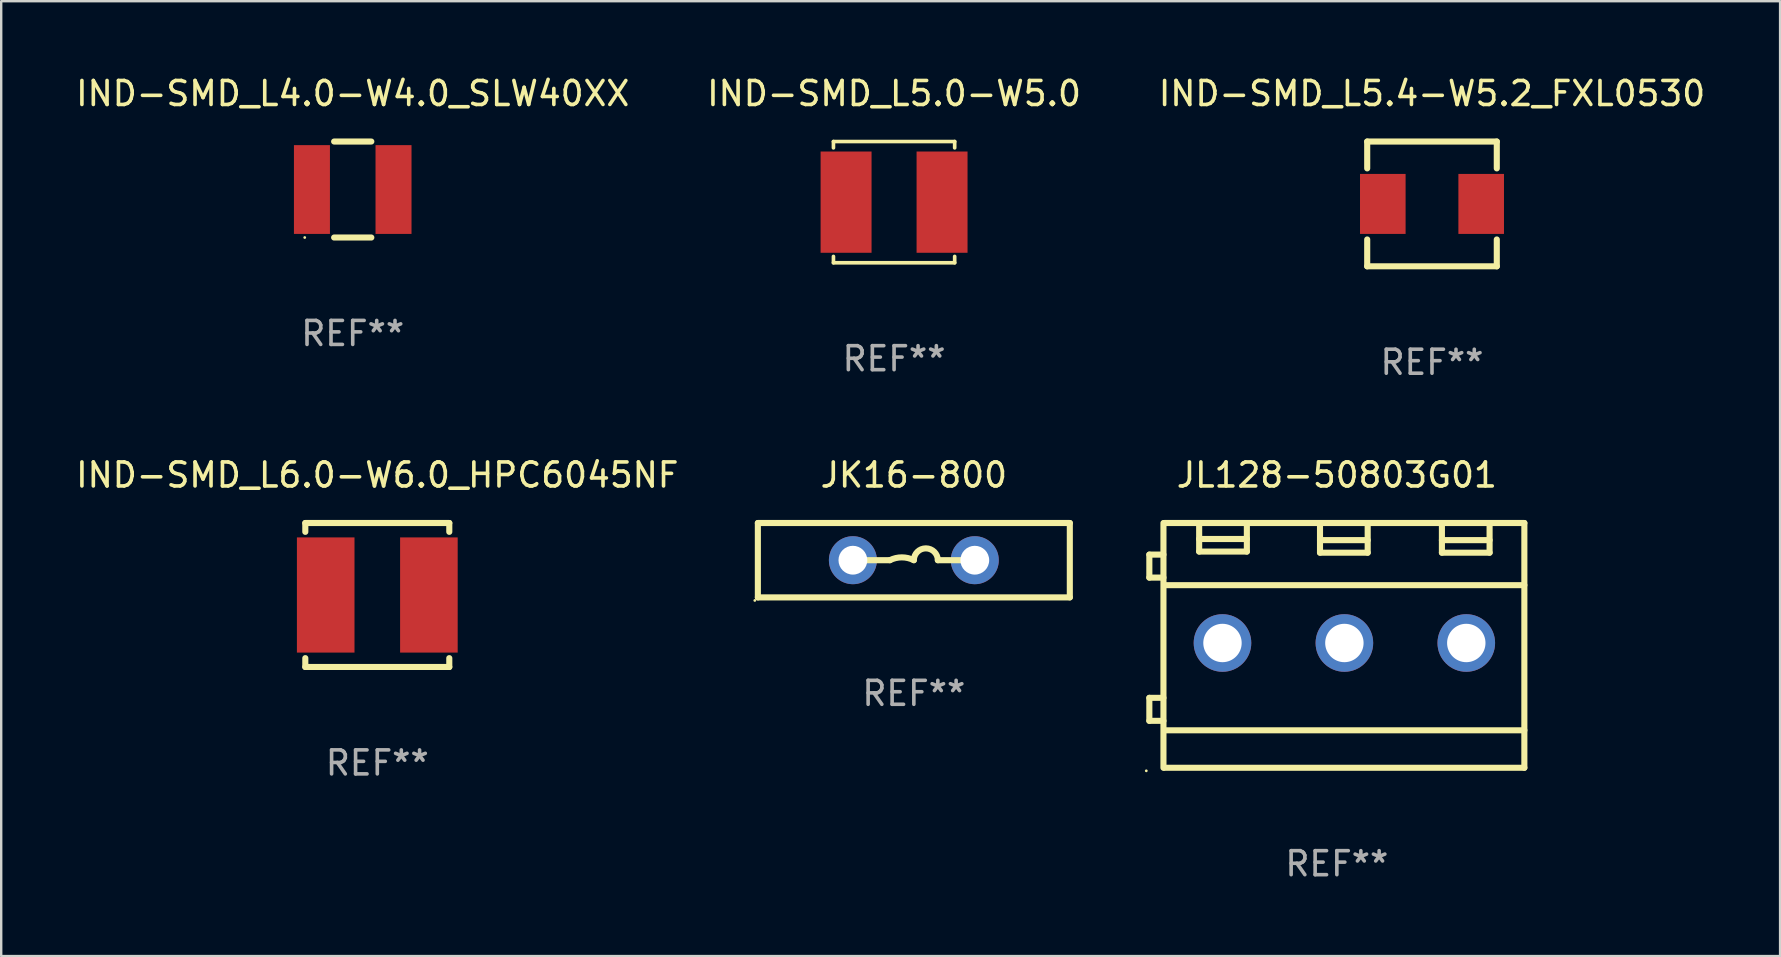
<source format=kicad_pcb>
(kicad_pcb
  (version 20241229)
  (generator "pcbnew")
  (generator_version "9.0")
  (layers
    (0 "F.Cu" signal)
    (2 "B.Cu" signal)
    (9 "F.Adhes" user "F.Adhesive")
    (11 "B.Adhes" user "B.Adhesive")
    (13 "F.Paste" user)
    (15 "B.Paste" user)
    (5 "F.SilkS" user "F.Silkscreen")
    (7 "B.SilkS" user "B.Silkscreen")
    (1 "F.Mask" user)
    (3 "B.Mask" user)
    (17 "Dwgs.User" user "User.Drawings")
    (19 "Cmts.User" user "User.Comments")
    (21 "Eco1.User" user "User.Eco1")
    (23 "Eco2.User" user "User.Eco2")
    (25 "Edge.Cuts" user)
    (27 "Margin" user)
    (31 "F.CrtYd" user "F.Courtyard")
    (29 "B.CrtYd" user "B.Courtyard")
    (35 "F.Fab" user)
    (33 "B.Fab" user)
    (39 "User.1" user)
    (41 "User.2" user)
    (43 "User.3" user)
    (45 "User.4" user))
  (footprint "JL128-50803G01"
    (layer "F.Cu")
    (at 52.66 23.845)
    (property "Reference" "JL128-50803G01" (at 0 -7.1 0) (layer "F.SilkS") (effects (font (size 1 1) (thickness 0.15))))
    (attr through_hole)
    (fp_line (start -7.814 -3.783) (end -7.227 -3.783) (stroke (width 0.254) (type solid)) (layer "F.SilkS"))
    (fp_line (start -7.814 -2.825) (end -7.814 -3.783) (stroke (width 0.254) (type solid)) (layer "F.SilkS"))
    (fp_line (start -7.814 2.186) (end -7.227 2.186) (stroke (width 0.254) (type solid)) (layer "F.SilkS"))
    (fp_line (start -7.814 3.144) (end -7.814 2.186) (stroke (width 0.254) (type solid)) (layer "F.SilkS"))
    (fp_line (start -7.227 -2.825) (end -7.814 -2.825) (stroke (width 0.254) (type solid)) (layer "F.SilkS"))
    (fp_line (start -7.227 3.144) (end -7.814 3.144) (stroke (width 0.254) (type solid)) (layer "F.SilkS"))
    (fp_line (start -7.226 -5.1) (end -7.226 5.1) (stroke (width 0.254) (type solid)) (layer "F.SilkS"))
    (fp_line (start -7.186 -5.1) (end 7.814 -5.1) (stroke (width 0.254) (type solid)) (layer "F.SilkS"))
    (fp_line (start -7.186 -2.509) (end 7.814 -2.509) (stroke (width 0.254) (type solid)) (layer "F.SilkS"))
    (fp_line (start -7.186 3.538) (end 7.814 3.538) (stroke (width 0.254) (type solid)) (layer "F.SilkS"))
    (fp_line (start -7.186 5.1) (end 7.814 5.1) (stroke (width 0.254) (type solid)) (layer "F.SilkS"))
    (fp_line (start -5.738 -5.1) (end -5.738 -3.91) (stroke (width 0.254) (type solid)) (layer "F.SilkS"))
    (fp_line (start -5.738 -4.433) (end -3.75 -4.433) (stroke (width 0.254) (type solid)) (layer "F.SilkS"))
    (fp_line (start -5.738 -3.91) (end -3.75 -3.91) (stroke (width 0.254) (type solid)) (layer "F.SilkS"))
    (fp_line (start -3.75 -3.91) (end -3.75 -5.1) (stroke (width 0.254) (type solid)) (layer "F.SilkS"))
    (fp_line (start -0.702 -5.053) (end -0.702 -3.863) (stroke (width 0.254) (type solid)) (layer "F.SilkS"))
    (fp_line (start -0.702 -4.386) (end 1.285 -4.386) (stroke (width 0.254) (type solid)) (layer "F.SilkS"))
    (fp_line (start -0.702 -3.863) (end 1.285 -3.863) (stroke (width 0.254) (type solid)) (layer "F.SilkS"))
    (fp_line (start 1.285 -3.863) (end 1.285 -5.053) (stroke (width 0.254) (type solid)) (layer "F.SilkS"))
    (fp_line (start 4.378 -5.053) (end 4.378 -3.863) (stroke (width 0.254) (type solid)) (layer "F.SilkS"))
    (fp_line (start 4.378 -4.386) (end 6.365 -4.386) (stroke (width 0.254) (type solid)) (layer "F.SilkS"))
    (fp_line (start 4.378 -3.863) (end 6.365 -3.863) (stroke (width 0.254) (type solid)) (layer "F.SilkS"))
    (fp_line (start 6.365 -3.863) (end 6.365 -5.053) (stroke (width 0.254) (type solid)) (layer "F.SilkS"))
    (fp_line (start 7.814 5.1) (end 7.814 -5.1) (stroke (width 0.254) (type solid)) (layer "F.SilkS"))
    (fp_circle (center -7.941 5.227) (end -7.911 5.227) (stroke (width 0.06) (type solid)) (fill no) (layer "F.SilkS"))
    (fp_text user "REF**" (at 0 9.1 0) (layer "F.Fab") (effects (font (size 1 1) (thickness 0.15))))
    (pad "1" thru_hole circle (at -4.766 -0.1) (size 2.4 2.4) (drill 1.6) (layers "*.Cu" "*.Mask"))
    (pad "2" thru_hole circle (at 0.314 -0.1) (size 2.4 2.4) (drill 1.6) (layers "*.Cu" "*.Mask"))
    (pad "3" thru_hole circle (at 5.394 -0.1) (size 2.4 2.4) (drill 1.6) (layers "*.Cu" "*.Mask")))
  (footprint "IND-SMD_L5.0-W5.0"
    (layer "F.Cu")
    (at 34.208 5.374)
    (property "Reference" "IND-SMD_L5.0-W5.0" (at 0 -4.526 0) (layer "F.SilkS") (effects (font (size 1 1) (thickness 0.15))))
    (attr through_hole)
    (fp_line (start -2.526 -2.526) (end 2.526 -2.526) (stroke (width 0.152) (type solid)) (layer "F.SilkS"))
    (fp_line (start -2.526 -2.262) (end -2.526 -2.526) (stroke (width 0.152) (type solid)) (layer "F.SilkS"))
    (fp_line (start -2.526 2.262) (end -2.526 2.526) (stroke (width 0.152) (type solid)) (layer "F.SilkS"))
    (fp_line (start -2.526 2.526) (end 2.526 2.526) (stroke (width 0.152) (type solid)) (layer "F.SilkS"))
    (fp_line (start 2.526 -2.526) (end 2.526 -2.262) (stroke (width 0.152) (type solid)) (layer "F.SilkS"))
    (fp_line (start 2.526 2.526) (end 2.526 2.262) (stroke (width 0.152) (type solid)) (layer "F.SilkS"))
    (fp_circle (center 2.5 -2.5) (end 2.53 -2.5) (stroke (width 0.06) (type solid)) (fill no) (layer "F.SilkS"))
    (fp_text user "REF**" (at 0 6.526 0) (layer "F.Fab") (effects (font (size 1 1) (thickness 0.15))))
    (pad "1" smd rect (at 2 0) (size 2.124 4.22) (layers "F.Cu" "F.Mask" "F.Paste"))
    (pad "2" smd rect (at -2 0) (size 2.124 4.22) (layers "F.Cu" "F.Mask" "F.Paste")))
  (footprint "IND-SMD_L4.0-W4.0_SLW40XX"
    (layer "F.Cu")
    (at 11.649 4.848)
    (property "Reference" "IND-SMD_L4.0-W4.0_SLW40XX" (at 0 -4 0) (layer "F.SilkS") (effects (font (size 1 1) (thickness 0.15))))
    (attr through_hole)
    (fp_line (start -0.775 2) (end 0.775 2) (stroke (width 0.254) (type solid)) (layer "F.SilkS"))
    (fp_line (start -0.775 -2) (end 0.775 -2) (stroke (width 0.254) (type solid)) (layer "F.SilkS"))
    (fp_circle (center -2 2) (end -1.97 2) (stroke (width 0.06) (type solid)) (fill no) (layer "F.SilkS"))
    (fp_text user "REF**" (at 0 6 0) (layer "F.Fab") (effects (font (size 1 1) (thickness 0.15))))
    (pad "1" smd rect (at -1.7 0 270) (size 3.7 1.5) (layers "F.Cu" "F.Mask" "F.Paste"))
    (pad "2" smd rect (at 1.7 0 270) (size 3.7 1.5) (layers "F.Cu" "F.Mask" "F.Paste")))
  (footprint "IND-SMD_L5.4-W5.2_FXL0530"
    (layer "F.Cu")
    (at 56.625 5.448)
    (property "Reference" "IND-SMD_L5.4-W5.2_FXL0530" (at 0 -4.6 0) (layer "F.SilkS") (effects (font (size 1 1) (thickness 0.15))))
    (attr through_hole)
    (fp_line (start -2.7 -2.6) (end -2.7 -1.481) (stroke (width 0.254) (type solid)) (layer "F.SilkS"))
    (fp_line (start -2.7 -2.6) (end 2.7 -2.6) (stroke (width 0.254) (type solid)) (layer "F.SilkS"))
    (fp_line (start -2.7 1.481) (end -2.7 2.6) (stroke (width 0.254) (type solid)) (layer "F.SilkS"))
    (fp_line (start 2.7 -1.481) (end 2.7 -2.6) (stroke (width 0.254) (type solid)) (layer "F.SilkS"))
    (fp_line (start 2.7 2.6) (end -2.7 2.6) (stroke (width 0.254) (type solid)) (layer "F.SilkS"))
    (fp_line (start 2.7 2.6) (end 2.7 1.481) (stroke (width 0.254) (type solid)) (layer "F.SilkS"))
    (fp_circle (center -2.7 2.6) (end -2.67 2.6) (stroke (width 0.06) (type solid)) (fill no) (layer "F.SilkS"))
    (fp_text user "REF**" (at 0 6.6 0) (layer "F.Fab") (effects (font (size 1 1) (thickness 0.15))))
    (pad "1" smd rect (at -2.05 0) (size 1.9 2.5) (layers "F.Cu" "F.Mask" "F.Paste"))
    (pad "2" smd rect (at 2.05 0) (size 1.9 2.5) (layers "F.Cu" "F.Mask" "F.Paste")))
  (footprint "IND-SMD_L6.0-W6.0_HPC6045NF"
    (layer "F.Cu")
    (at 12.673 21.745)
    (property "Reference" "IND-SMD_L6.0-W6.0_HPC6045NF" (at 0 -5 0) (layer "F.SilkS") (effects (font (size 1 1) (thickness 0.15))))
    (attr through_hole)
    (fp_line (start -3 -3) (end 0 -3) (stroke (width 0.254) (type solid)) (layer "F.SilkS"))
    (fp_line (start -3 -2.631) (end -3 -3) (stroke (width 0.254) (type solid)) (layer "F.SilkS"))
    (fp_line (start -3 3) (end -3 2.631) (stroke (width 0.254) (type solid)) (layer "F.SilkS"))
    (fp_line (start 0 -3) (end 3 -3) (stroke (width 0.254) (type solid)) (layer "F.SilkS"))
    (fp_line (start 3 -3) (end 3 -2.631) (stroke (width 0.254) (type solid)) (layer "F.SilkS"))
    (fp_line (start 3 2.631) (end 3 3) (stroke (width 0.254) (type solid)) (layer "F.SilkS"))
    (fp_line (start 3 3) (end -3 3) (stroke (width 0.254) (type solid)) (layer "F.SilkS"))
    (fp_circle (center -3 3) (end -2.97 3) (stroke (width 0.06) (type solid)) (fill no) (layer "F.SilkS"))
    (fp_text user "REF**" (at 0 7 0) (layer "F.Fab") (effects (font (size 1 1) (thickness 0.15))))
    (pad "1" smd rect (at -2.15 0) (size 2.4 4.8) (layers "F.Cu" "F.Mask" "F.Paste"))
    (pad "2" smd rect (at 2.15 0) (size 2.4 4.8) (layers "F.Cu" "F.Mask" "F.Paste")))
  (footprint "JK16-800"
    (layer "F.Cu")
    (at 35.032 20.295)
    (property "Reference" "JK16-800" (at 0 -3.55 0) (layer "F.SilkS") (effects (font (size 1 1) (thickness 0.15))))
    (attr through_hole)
    (fp_line (start -6.5 -1.55) (end 6.5 -1.55) (stroke (width 0.254) (type solid)) (layer "F.SilkS"))
    (fp_line (start -6.5 1.55) (end -6.5 -1.55) (stroke (width 0.254) (type solid)) (layer "F.SilkS"))
    (fp_line (start -1 -0.000127) (end -2 -0.000127) (stroke (width 0.254) (type solid)) (layer "F.SilkS"))
    (fp_line (start 1 -0.000127) (end 2 -0.000127) (stroke (width 0.254) (type solid)) (layer "F.SilkS"))
    (fp_line (start 6.5 -1.55) (end 6.5 1.55) (stroke (width 0.254) (type solid)) (layer "F.SilkS"))
    (fp_line (start 6.5 1.55) (end -6.5 1.55) (stroke (width 0.254) (type solid)) (layer "F.SilkS"))
    (fp_arc (start -1.000127 -0.000127) (mid -0.500127 -0.118148) (end -0.000127 -0.000127) (stroke (width 0.254001) (type solid)) (layer "F.SilkS"))
    (fp_arc (start -0.000127 -0.000127) (mid 0.500254 -0.5) (end 1.000635 -0.000127) (stroke (width 0.254001) (type solid)) (layer "F.SilkS"))
    (fp_circle (center -6.627 1.677) (end -6.597 1.677) (stroke (width 0.06) (type solid)) (fill no) (layer "F.SilkS"))
    (fp_text user "REF**" (at 0 5.55 0) (layer "F.Fab") (effects (font (size 1 1) (thickness 0.15))))
    (pad "1" thru_hole circle (at -2.54 -0.000127) (size 2 2) (drill 1.2) (layers "*.Cu" "*.Mask"))
    (pad "2" thru_hole circle (at 2.54 -0.000127) (size 2 2) (drill 1.2) (layers "*.Cu" "*.Mask")))
  (gr_rect
    (start -3 -3)
    (end 71.131 36.793)
    (stroke (width 0.1) (type default))
    (fill no)
    (layer "Edge.Cuts")))
</source>
